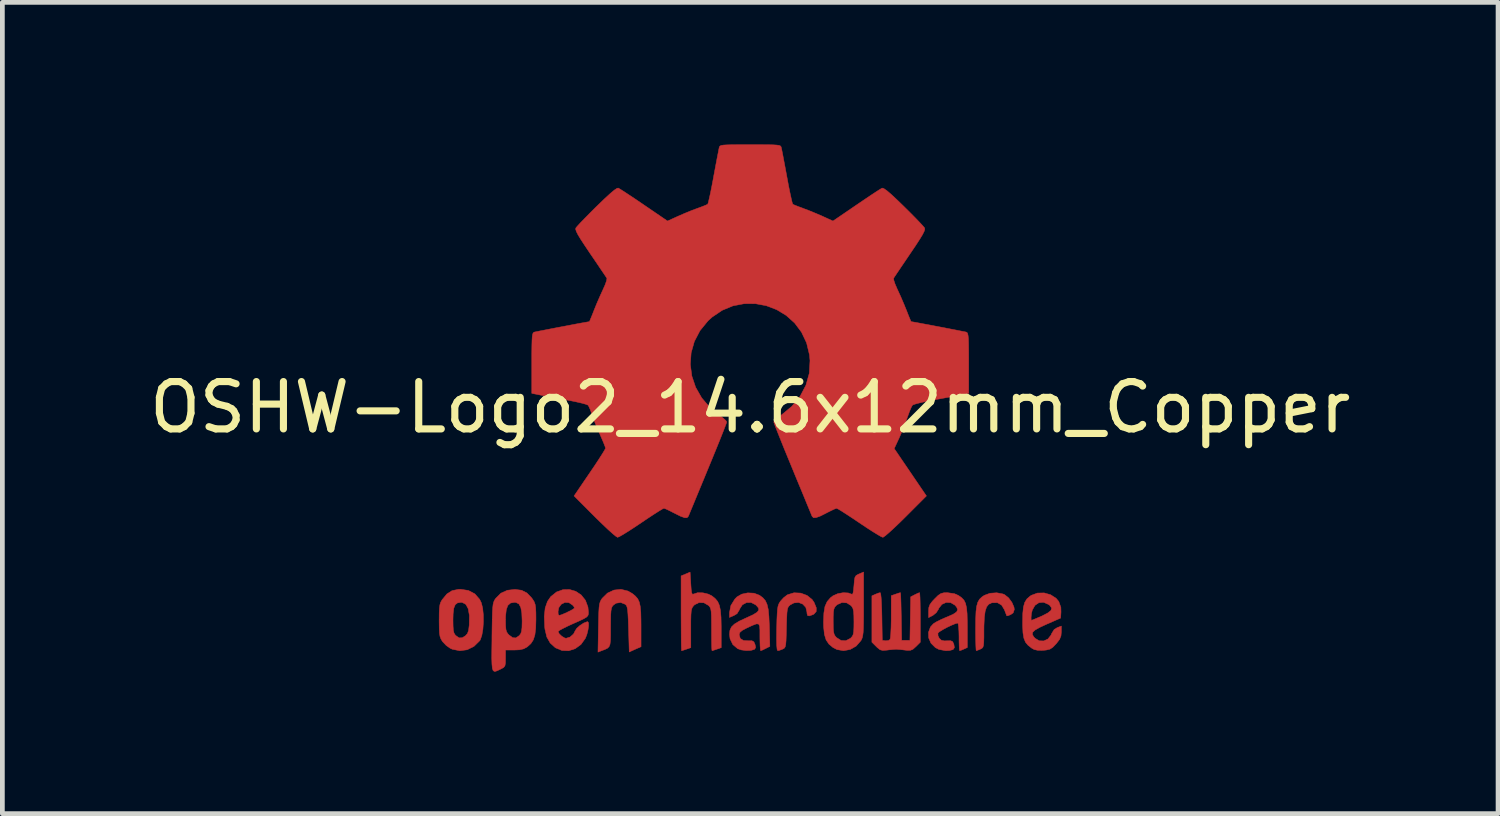
<source format=kicad_pcb>
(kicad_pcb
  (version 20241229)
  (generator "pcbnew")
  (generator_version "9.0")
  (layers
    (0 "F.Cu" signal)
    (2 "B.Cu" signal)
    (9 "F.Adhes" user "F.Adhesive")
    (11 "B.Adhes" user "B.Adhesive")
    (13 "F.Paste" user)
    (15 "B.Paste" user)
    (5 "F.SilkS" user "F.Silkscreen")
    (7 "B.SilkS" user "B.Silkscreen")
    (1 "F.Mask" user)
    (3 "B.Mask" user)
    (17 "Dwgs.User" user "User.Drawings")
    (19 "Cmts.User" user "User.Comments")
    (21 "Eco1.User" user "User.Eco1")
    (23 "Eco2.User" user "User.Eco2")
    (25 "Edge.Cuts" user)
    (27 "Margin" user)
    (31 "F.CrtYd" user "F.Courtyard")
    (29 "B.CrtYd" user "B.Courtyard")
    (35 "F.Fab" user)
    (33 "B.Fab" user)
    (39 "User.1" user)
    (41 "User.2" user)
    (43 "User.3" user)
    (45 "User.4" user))
  (footprint "OSHW-Logo2_14.6x12mm_Copper"
    (layer "F.Cu")
    (at 12.792 5.552)
    (property "Reference" "OSHW-Logo2_14.6x12mm_Copper" (at 0 0 0) (layer "F.SilkS") (effects (font (size 1 1) (thickness 0.15))))
    (attr exclude_from_pos_files exclude_from_bom allow_missing_courtyard)
    (fp_poly (pts (xy 5.336 3.94) (xy 5.371 3.955) (xy 5.454 4.021) (xy 5.525 4.117) (xy 5.569 4.218) (xy 5.576 4.269) (xy 5.552 4.339) (xy 5.5 4.376) (xy 5.443 4.398) (xy 5.417 4.402) (xy 5.405 4.372) (xy 5.38 4.307) (xy 5.369 4.277) (xy 5.308 4.175) (xy 5.219 4.124) (xy 5.105 4.126) (xy 5.097 4.128) (xy 5.036 4.157) (xy 4.991 4.213) (xy 4.961 4.303) (xy 4.943 4.435) (xy 4.935 4.614) (xy 4.934 4.709) (xy 4.934 4.86) (xy 4.931 4.962) (xy 4.925 5.028) (xy 4.912 5.066) (xy 4.892 5.088) (xy 4.861 5.104) (xy 4.86 5.105) (xy 4.801 5.129) (xy 4.772 5.138) (xy 4.768 5.111) (xy 4.764 5.035) (xy 4.761 4.92) (xy 4.759 4.775) (xy 4.759 4.67) (xy 4.761 4.466) (xy 4.767 4.311) (xy 4.782 4.196) (xy 4.806 4.113) (xy 4.842 4.051) (xy 4.893 4.003) (xy 4.943 3.969) (xy 5.063 3.925) (xy 5.204 3.915) (xy 5.336 3.94)) (stroke (width 0.01) (type solid)) (fill yes) (layer "F.Cu"))
    (fp_poly (pts (xy -2.583 3.878) (xy -2.489 3.932) (xy -2.424 3.986) (xy -2.376 4.042) (xy -2.343 4.111) (xy -2.323 4.202) (xy -2.311 4.327) (xy -2.307 4.493) (xy -2.306 4.613) (xy -2.306 5.054) (xy -2.431 5.109) (xy -2.555 5.165) (xy -2.569 4.682) (xy -2.575 4.502) (xy -2.582 4.371) (xy -2.589 4.281) (xy -2.6 4.222) (xy -2.614 4.185) (xy -2.634 4.163) (xy -2.64 4.158) (xy -2.736 4.12) (xy -2.833 4.135) (xy -2.89 4.175) (xy -2.914 4.203) (xy -2.93 4.241) (xy -2.94 4.297) (xy -2.946 4.383) (xy -2.948 4.51) (xy -2.949 4.641) (xy -2.949 4.806) (xy -2.952 4.923) (xy -2.961 5.002) (xy -2.981 5.052) (xy -3.015 5.086) (xy -3.068 5.112) (xy -3.138 5.138) (xy -3.215 5.168) (xy -3.206 4.649) (xy -3.202 4.463) (xy -3.198 4.324) (xy -3.192 4.226) (xy -3.183 4.156) (xy -3.169 4.107) (xy -3.15 4.067) (xy -3.127 4.033) (xy -3.015 3.922) (xy -2.878 3.858) (xy -2.73 3.842) (xy -2.583 3.878)) (stroke (width 0.01) (type solid)) (fill yes) (layer "F.Cu"))
    (fp_poly (pts (xy 1.066 3.922) (xy 1.199 3.971) (xy 1.306 4.057) (xy 1.348 4.118) (xy 1.394 4.23) (xy 1.393 4.311) (xy 1.345 4.365) (xy 1.327 4.375) (xy 1.25 4.403) (xy 1.211 4.396) (xy 1.198 4.348) (xy 1.197 4.321) (xy 1.173 4.223) (xy 1.109 4.154) (xy 1.021 4.12) (xy 0.923 4.129) (xy 0.843 4.172) (xy 0.816 4.197) (xy 0.796 4.227) (xy 0.783 4.273) (xy 0.775 4.343) (xy 0.77 4.45) (xy 0.765 4.602) (xy 0.764 4.65) (xy 0.76 4.815) (xy 0.756 4.931) (xy 0.749 5.008) (xy 0.738 5.055) (xy 0.722 5.082) (xy 0.698 5.098) (xy 0.683 5.105) (xy 0.618 5.13) (xy 0.58 5.138) (xy 0.567 5.111) (xy 0.559 5.029) (xy 0.556 4.89) (xy 0.558 4.694) (xy 0.559 4.664) (xy 0.563 4.485) (xy 0.569 4.355) (xy 0.576 4.262) (xy 0.587 4.198) (xy 0.603 4.151) (xy 0.626 4.111) (xy 0.637 4.094) (xy 0.705 4.019) (xy 0.78 3.961) (xy 0.789 3.956) (xy 0.924 3.915) (xy 1.066 3.922)) (stroke (width 0.01) (type solid)) (fill yes) (layer "F.Cu"))
    (fp_poly (pts (xy 3.58 3.94) (xy 3.585 4.017) (xy 3.588 4.133) (xy 3.59 4.281) (xy 3.591 4.435) (xy 3.591 4.959) (xy 3.499 5.051) (xy 3.435 5.108) (xy 3.379 5.131) (xy 3.303 5.13) (xy 3.272 5.126) (xy 3.178 5.115) (xy 3.099 5.109) (xy 3.08 5.108) (xy 3.016 5.112) (xy 2.924 5.121) (xy 2.888 5.126) (xy 2.8 5.133) (xy 2.741 5.118) (xy 2.683 5.072) (xy 2.662 5.051) (xy 2.569 4.959) (xy 2.569 3.98) (xy 2.644 3.946) (xy 2.708 3.921) (xy 2.745 3.912) (xy 2.755 3.94) (xy 2.764 4.018) (xy 2.771 4.136) (xy 2.777 4.288) (xy 2.78 4.416) (xy 2.788 4.919) (xy 2.858 4.929) (xy 2.921 4.922) (xy 2.952 4.9) (xy 2.961 4.858) (xy 2.968 4.77) (xy 2.974 4.645) (xy 2.977 4.496) (xy 2.977 4.419) (xy 2.978 3.976) (xy 3.07 3.944) (xy 3.135 3.922) (xy 3.17 3.912) (xy 3.171 3.912) (xy 3.175 3.94) (xy 3.179 4.016) (xy 3.183 4.133) (xy 3.186 4.279) (xy 3.189 4.416) (xy 3.197 4.919) (xy 3.372 4.919) (xy 3.38 4.46) (xy 3.388 4.001) (xy 3.474 3.956) (xy 3.537 3.926) (xy 3.574 3.912) (xy 3.575 3.912) (xy 3.58 3.94)) (stroke (width 0.01) (type solid)) (fill yes) (layer "F.Cu"))
    (fp_poly (pts (xy -1.255 3.724) (xy -1.247 3.843) (xy -1.237 3.914) (xy -1.223 3.944) (xy -1.203 3.945) (xy -1.197 3.941) (xy -1.111 3.914) (xy -0.999 3.916) (xy -0.886 3.943) (xy -0.814 3.978) (xy -0.742 4.035) (xy -0.688 4.099) (xy -0.652 4.18) (xy -0.629 4.288) (xy -0.617 4.433) (xy -0.613 4.624) (xy -0.613 4.661) (xy -0.613 5.074) (xy -0.705 5.106) (xy -0.77 5.128) (xy -0.806 5.138) (xy -0.807 5.138) (xy -0.811 5.111) (xy -0.814 5.035) (xy -0.816 4.921) (xy -0.817 4.778) (xy -0.817 4.691) (xy -0.818 4.52) (xy -0.82 4.397) (xy -0.825 4.313) (xy -0.834 4.258) (xy -0.849 4.221) (xy -0.871 4.193) (xy -0.885 4.18) (xy -0.979 4.126) (xy -1.082 4.122) (xy -1.175 4.168) (xy -1.192 4.184) (xy -1.217 4.215) (xy -1.235 4.252) (xy -1.246 4.304) (xy -1.252 4.384) (xy -1.255 4.501) (xy -1.255 4.663) (xy -1.255 5.074) (xy -1.347 5.106) (xy -1.413 5.128) (xy -1.448 5.138) (xy -1.45 5.138) (xy -1.452 5.11) (xy -1.455 5.032) (xy -1.457 4.909) (xy -1.458 4.751) (xy -1.459 4.565) (xy -1.46 4.358) (xy -1.46 4.349) (xy -1.46 3.559) (xy -1.365 3.519) (xy -1.27 3.479) (xy -1.255 3.724)) (stroke (width 0.01) (type solid)) (fill yes) (layer "F.Cu"))
    (fp_poly (pts (xy -5.952 3.866) (xy -5.815 3.938) (xy -5.714 4.054) (xy -5.678 4.128) (xy -5.65 4.24) (xy -5.636 4.381) (xy -5.635 4.535) (xy -5.645 4.686) (xy -5.668 4.816) (xy -5.701 4.91) (xy -5.711 4.926) (xy -5.833 5.046) (xy -5.977 5.118) (xy -6.133 5.139) (xy -6.291 5.107) (xy -6.335 5.087) (xy -6.42 5.027) (xy -6.496 4.947) (xy -6.503 4.937) (xy -6.532 4.888) (xy -6.551 4.836) (xy -6.562 4.767) (xy -6.567 4.669) (xy -6.569 4.528) (xy -6.569 4.496) (xy -6.569 4.486) (xy -6.277 4.486) (xy -6.275 4.619) (xy -6.269 4.708) (xy -6.255 4.765) (xy -6.231 4.804) (xy -6.219 4.817) (xy -6.149 4.867) (xy -6.081 4.865) (xy -6.012 4.822) (xy -5.971 4.775) (xy -5.947 4.708) (xy -5.934 4.601) (xy -5.933 4.589) (xy -5.93 4.396) (xy -5.955 4.253) (xy -6.005 4.16) (xy -6.082 4.119) (xy -6.109 4.117) (xy -6.181 4.128) (xy -6.23 4.167) (xy -6.26 4.242) (xy -6.274 4.361) (xy -6.277 4.486) (xy -6.569 4.486) (xy -6.568 4.346) (xy -6.563 4.241) (xy -6.553 4.168) (xy -6.536 4.114) (xy -6.509 4.067) (xy -6.503 4.058) (xy -6.404 3.939) (xy -6.296 3.87) (xy -6.164 3.843) (xy -6.119 3.841) (xy -5.952 3.866)) (stroke (width 0.01) (type solid)) (fill yes) (layer "F.Cu"))
    (fp_poly (pts (xy 6.343 3.957) (xy 6.459 4.032) (xy 6.515 4.1) (xy 6.559 4.222) (xy 6.562 4.319) (xy 6.554 4.449) (xy 6.255 4.58) (xy 6.11 4.647) (xy 6.015 4.701) (xy 5.965 4.747) (xy 5.957 4.793) (xy 5.984 4.843) (xy 6.014 4.876) (xy 6.102 4.929) (xy 6.198 4.932) (xy 6.286 4.891) (xy 6.351 4.809) (xy 6.362 4.78) (xy 6.418 4.69) (xy 6.482 4.651) (xy 6.569 4.618) (xy 6.569 4.743) (xy 6.561 4.828) (xy 6.531 4.9) (xy 6.468 4.982) (xy 6.458 4.993) (xy 6.388 5.066) (xy 6.327 5.106) (xy 6.251 5.124) (xy 6.188 5.13) (xy 6.075 5.131) (xy 5.995 5.113) (xy 5.945 5.085) (xy 5.867 5.024) (xy 5.812 4.958) (xy 5.778 4.874) (xy 5.759 4.762) (xy 5.752 4.609) (xy 5.752 4.531) (xy 5.754 4.438) (xy 5.93 4.438) (xy 5.932 4.488) (xy 5.937 4.496) (xy 5.971 4.485) (xy 6.043 4.455) (xy 6.14 4.414) (xy 6.16 4.405) (xy 6.282 4.342) (xy 6.35 4.288) (xy 6.364 4.237) (xy 6.329 4.185) (xy 6.3 4.162) (xy 6.194 4.116) (xy 6.095 4.124) (xy 6.013 4.18) (xy 5.956 4.279) (xy 5.937 4.357) (xy 5.93 4.438) (xy 5.754 4.438) (xy 5.755 4.349) (xy 5.769 4.215) (xy 5.797 4.117) (xy 5.842 4.045) (xy 5.907 3.988) (xy 5.935 3.969) (xy 6.065 3.921) (xy 6.206 3.918) (xy 6.343 3.957)) (stroke (width 0.01) (type solid)) (fill yes) (layer "F.Cu"))
    (fp_poly (pts (xy 2.394 4.154) (xy 2.394 4.373) (xy 2.392 4.541) (xy 2.389 4.666) (xy 2.384 4.757) (xy 2.375 4.822) (xy 2.364 4.869) (xy 2.348 4.906) (xy 2.336 4.927) (xy 2.236 5.041) (xy 2.111 5.112) (xy 1.971 5.138) (xy 1.832 5.114) (xy 1.749 5.072) (xy 1.662 4.999) (xy 1.602 4.911) (xy 1.566 4.794) (xy 1.55 4.639) (xy 1.547 4.525) (xy 1.548 4.517) (xy 1.752 4.517) (xy 1.753 4.648) (xy 1.759 4.734) (xy 1.772 4.791) (xy 1.795 4.832) (xy 1.823 4.862) (xy 1.918 4.922) (xy 2.019 4.927) (xy 2.115 4.877) (xy 2.122 4.871) (xy 2.154 4.836) (xy 2.174 4.794) (xy 2.185 4.732) (xy 2.189 4.636) (xy 2.19 4.529) (xy 2.188 4.396) (xy 2.182 4.307) (xy 2.169 4.248) (xy 2.145 4.206) (xy 2.126 4.184) (xy 2.038 4.128) (xy 1.936 4.121) (xy 1.838 4.164) (xy 1.819 4.18) (xy 1.787 4.215) (xy 1.767 4.258) (xy 1.757 4.32) (xy 1.752 4.417) (xy 1.752 4.517) (xy 1.548 4.517) (xy 1.555 4.342) (xy 1.578 4.204) (xy 1.624 4.101) (xy 1.694 4.02) (xy 1.749 3.978) (xy 1.848 3.934) (xy 1.964 3.913) (xy 2.071 3.919) (xy 2.131 3.941) (xy 2.155 3.947) (xy 2.17 3.924) (xy 2.181 3.86) (xy 2.19 3.763) (xy 2.199 3.655) (xy 2.211 3.589) (xy 2.234 3.552) (xy 2.274 3.528) (xy 2.299 3.517) (xy 2.394 3.477) (xy 2.394 4.154)) (stroke (width 0.01) (type solid)) (fill yes) (layer "F.Cu"))
    (fp_poly (pts (xy -3.684 3.885) (xy -3.569 3.962) (xy -3.48 4.074) (xy -3.427 4.216) (xy -3.417 4.321) (xy -3.418 4.365) (xy -3.428 4.398) (xy -3.456 4.428) (xy -3.511 4.461) (xy -3.601 4.505) (xy -3.736 4.565) (xy -3.737 4.565) (xy -3.861 4.622) (xy -3.963 4.673) (xy -4.032 4.711) (xy -4.058 4.733) (xy -4.058 4.733) (xy -4.035 4.78) (xy -3.982 4.831) (xy -3.921 4.868) (xy -3.889 4.876) (xy -3.805 4.85) (xy -3.732 4.786) (xy -3.696 4.716) (xy -3.662 4.664) (xy -3.595 4.605) (xy -3.516 4.554) (xy -3.446 4.527) (xy -3.432 4.525) (xy -3.415 4.55) (xy -3.414 4.614) (xy -3.426 4.701) (xy -3.449 4.793) (xy -3.48 4.873) (xy -3.482 4.877) (xy -3.575 5.007) (xy -3.696 5.095) (xy -3.833 5.139) (xy -3.975 5.134) (xy -4.112 5.077) (xy -4.118 5.073) (xy -4.225 4.975) (xy -4.296 4.848) (xy -4.335 4.682) (xy -4.34 4.635) (xy -4.349 4.413) (xy -4.338 4.31) (xy -4.058 4.31) (xy -4.055 4.375) (xy -4.035 4.393) (xy -3.985 4.379) (xy -3.907 4.346) (xy -3.819 4.304) (xy -3.817 4.303) (xy -3.743 4.264) (xy -3.713 4.238) (xy -3.721 4.211) (xy -3.751 4.175) (xy -3.83 4.123) (xy -3.915 4.119) (xy -3.991 4.157) (xy -4.043 4.23) (xy -4.058 4.31) (xy -4.338 4.31) (xy -4.33 4.236) (xy -4.281 4.096) (xy -4.213 3.997) (xy -4.09 3.898) (xy -3.954 3.849) (xy -3.816 3.846) (xy -3.684 3.885)) (stroke (width 0.01) (type solid)) (fill yes) (layer "F.Cu"))
    (fp_poly (pts (xy 0.08 3.924) (xy 0.194 3.967) (xy 0.196 3.968) (xy 0.266 4.02) (xy 0.319 4.081) (xy 0.355 4.16) (xy 0.38 4.267) (xy 0.394 4.413) (xy 0.403 4.605) (xy 0.404 4.633) (xy 0.414 5.047) (xy 0.325 5.092) (xy 0.261 5.123) (xy 0.222 5.138) (xy 0.22 5.138) (xy 0.214 5.111) (xy 0.208 5.038) (xy 0.205 4.931) (xy 0.204 4.844) (xy 0.204 4.704) (xy 0.198 4.616) (xy 0.176 4.574) (xy 0.128 4.572) (xy 0.045 4.604) (xy -0.08 4.662) (xy -0.172 4.711) (xy -0.22 4.753) (xy -0.234 4.799) (xy -0.234 4.801) (xy -0.211 4.88) (xy -0.143 4.923) (xy -0.039 4.929) (xy 0.036 4.928) (xy 0.076 4.95) (xy 0.1 5.002) (xy 0.115 5.068) (xy 0.094 5.105) (xy 0.087 5.11) (xy 0.014 5.132) (xy -0.087 5.135) (xy -0.192 5.121) (xy -0.266 5.095) (xy -0.368 5.008) (xy -0.426 4.887) (xy -0.438 4.792) (xy -0.429 4.707) (xy -0.397 4.637) (xy -0.334 4.576) (xy -0.232 4.514) (xy -0.082 4.444) (xy -0.073 4.44) (xy 0.062 4.378) (xy 0.145 4.326) (xy 0.181 4.28) (xy 0.173 4.234) (xy 0.126 4.18) (xy 0.112 4.168) (xy 0.017 4.12) (xy -0.081 4.122) (xy -0.166 4.169) (xy -0.223 4.256) (xy -0.228 4.273) (xy -0.279 4.356) (xy -0.344 4.395) (xy -0.438 4.435) (xy -0.438 4.333) (xy -0.409 4.184) (xy -0.325 4.048) (xy -0.28 4.002) (xy -0.18 3.944) (xy -0.052 3.917) (xy 0.08 3.924)) (stroke (width 0.01) (type solid)) (fill yes) (layer "F.Cu"))
    (fp_poly (pts (xy -4.828 3.862) (xy -4.717 3.918) (xy -4.618 4.02) (xy -4.591 4.058) (xy -4.561 4.107) (xy -4.542 4.161) (xy -4.531 4.233) (xy -4.526 4.337) (xy -4.525 4.474) (xy -4.53 4.662) (xy -4.547 4.803) (xy -4.58 4.908) (xy -4.632 4.988) (xy -4.706 5.055) (xy -4.711 5.059) (xy -4.785 5.099) (xy -4.873 5.119) (xy -4.985 5.124) (xy -5.167 5.124) (xy -5.168 5.301) (xy -5.169 5.399) (xy -5.18 5.457) (xy -5.207 5.492) (xy -5.258 5.521) (xy -5.271 5.527) (xy -5.329 5.555) (xy -5.374 5.573) (xy -5.407 5.574) (xy -5.431 5.554) (xy -5.446 5.506) (xy -5.454 5.424) (xy -5.458 5.303) (xy -5.457 5.136) (xy -5.454 4.919) (xy -5.454 4.854) (xy -5.451 4.63) (xy -5.448 4.483) (xy -5.168 4.483) (xy -5.166 4.607) (xy -5.159 4.689) (xy -5.143 4.743) (xy -5.115 4.784) (xy -5.096 4.804) (xy -5.018 4.863) (xy -4.949 4.868) (xy -4.877 4.819) (xy -4.876 4.817) (xy -4.847 4.78) (xy -4.829 4.728) (xy -4.82 4.65) (xy -4.817 4.529) (xy -4.817 4.503) (xy -4.824 4.337) (xy -4.846 4.222) (xy -4.885 4.151) (xy -4.945 4.12) (xy -4.979 4.117) (xy -5.061 4.131) (xy -5.118 4.181) (xy -5.151 4.27) (xy -5.166 4.407) (xy -5.168 4.483) (xy -5.448 4.483) (xy -5.448 4.456) (xy -5.444 4.325) (xy -5.438 4.23) (xy -5.43 4.162) (xy -5.419 4.115) (xy -5.404 4.079) (xy -5.385 4.048) (xy -5.377 4.036) (xy -5.267 3.925) (xy -5.129 3.862) (xy -4.968 3.844) (xy -4.828 3.862)) (stroke (width 0.01) (type solid)) (fill yes) (layer "F.Cu"))
    (fp_poly (pts (xy 4.314 3.935) (xy 4.398 3.973) (xy 4.464 4.02) (xy 4.513 4.072) (xy 4.546 4.138) (xy 4.567 4.23) (xy 4.579 4.355) (xy 4.583 4.525) (xy 4.584 4.636) (xy 4.584 5.071) (xy 4.509 5.105) (xy 4.451 5.129) (xy 4.422 5.138) (xy 4.416 5.111) (xy 4.412 5.038) (xy 4.409 4.931) (xy 4.409 4.846) (xy 4.406 4.724) (xy 4.399 4.627) (xy 4.39 4.567) (xy 4.382 4.554) (xy 4.33 4.567) (xy 4.249 4.601) (xy 4.155 4.645) (xy 4.065 4.694) (xy 3.995 4.737) (xy 3.963 4.767) (xy 3.963 4.767) (xy 3.965 4.822) (xy 3.99 4.874) (xy 4.035 4.917) (xy 4.099 4.931) (xy 4.154 4.929) (xy 4.232 4.928) (xy 4.273 4.946) (xy 4.297 4.995) (xy 4.3 5.004) (xy 4.311 5.073) (xy 4.283 5.114) (xy 4.208 5.134) (xy 4.128 5.138) (xy 3.984 5.111) (xy 3.909 5.072) (xy 3.817 4.98) (xy 3.768 4.868) (xy 3.764 4.749) (xy 3.805 4.638) (xy 3.867 4.569) (xy 3.929 4.53) (xy 4.027 4.481) (xy 4.141 4.431) (xy 4.16 4.424) (xy 4.285 4.369) (xy 4.357 4.32) (xy 4.38 4.272) (xy 4.358 4.217) (xy 4.321 4.175) (xy 4.233 4.123) (xy 4.137 4.119) (xy 4.048 4.159) (xy 3.984 4.239) (xy 3.976 4.26) (xy 3.927 4.336) (xy 3.856 4.393) (xy 3.766 4.439) (xy 3.766 4.308) (xy 3.771 4.227) (xy 3.794 4.164) (xy 3.844 4.096) (xy 3.893 4.044) (xy 3.968 3.97) (xy 4.026 3.931) (xy 4.088 3.915) (xy 4.159 3.912) (xy 4.314 3.935)) (stroke (width 0.01) (type solid)) (fill yes) (layer "F.Cu"))
    (fp_poly (pts (xy 0.209 -5.547) (xy 0.367 -5.546) (xy 0.481 -5.544) (xy 0.559 -5.539) (xy 0.609 -5.532) (xy 0.636 -5.521) (xy 0.65 -5.505) (xy 0.656 -5.484) (xy 0.657 -5.481) (xy 0.667 -5.433) (xy 0.686 -5.337) (xy 0.711 -5.204) (xy 0.741 -5.045) (xy 0.774 -4.868) (xy 0.775 -4.862) (xy 0.807 -4.689) (xy 0.838 -4.537) (xy 0.865 -4.413) (xy 0.885 -4.328) (xy 0.898 -4.291) (xy 0.898 -4.29) (xy 0.935 -4.272) (xy 1.011 -4.242) (xy 1.109 -4.206) (xy 1.109 -4.205) (xy 1.233 -4.159) (xy 1.379 -4.099) (xy 1.517 -4.04) (xy 1.523 -4.037) (xy 1.747 -3.935) (xy 2.244 -4.274) (xy 2.396 -4.377) (xy 2.534 -4.47) (xy 2.649 -4.546) (xy 2.735 -4.601) (xy 2.782 -4.629) (xy 2.786 -4.631) (xy 2.82 -4.621) (xy 2.884 -4.577) (xy 2.98 -4.495) (xy 3.11 -4.373) (xy 3.243 -4.244) (xy 3.372 -4.116) (xy 3.487 -4) (xy 3.581 -3.902) (xy 3.648 -3.829) (xy 3.681 -3.79) (xy 3.682 -3.788) (xy 3.686 -3.76) (xy 3.672 -3.716) (xy 3.638 -3.648) (xy 3.579 -3.551) (xy 3.493 -3.418) (xy 3.378 -3.248) (xy 3.276 -3.097) (xy 3.185 -2.963) (xy 3.11 -2.851) (xy 3.056 -2.771) (xy 3.029 -2.73) (xy 3.028 -2.727) (xy 3.031 -2.687) (xy 3.056 -2.61) (xy 3.098 -2.511) (xy 3.113 -2.479) (xy 3.178 -2.337) (xy 3.247 -2.176) (xy 3.304 -2.036) (xy 3.344 -1.933) (xy 3.377 -1.854) (xy 3.395 -1.813) (xy 3.397 -1.81) (xy 3.432 -1.805) (xy 3.513 -1.791) (xy 3.629 -1.769) (xy 3.771 -1.743) (xy 3.927 -1.713) (xy 4.087 -1.683) (xy 4.239 -1.653) (xy 4.374 -1.627) (xy 4.479 -1.606) (xy 4.546 -1.593) (xy 4.562 -1.589) (xy 4.579 -1.579) (xy 4.591 -1.557) (xy 4.6 -1.516) (xy 4.607 -1.449) (xy 4.61 -1.347) (xy 4.612 -1.204) (xy 4.613 -1.013) (xy 4.613 -0.934) (xy 4.613 -0.296) (xy 4.46 -0.266) (xy 4.374 -0.249) (xy 4.247 -0.225) (xy 4.093 -0.197) (xy 3.929 -0.167) (xy 3.883 -0.158) (xy 3.731 -0.129) (xy 3.598 -0.1) (xy 3.497 -0.074) (xy 3.437 -0.054) (xy 3.427 -0.048) (xy 3.402 -0.005) (xy 3.367 0.076) (xy 3.328 0.182) (xy 3.32 0.204) (xy 3.269 0.345) (xy 3.206 0.504) (xy 3.144 0.646) (xy 3.144 0.647) (xy 3.04 0.87) (xy 3.72 1.87) (xy 3.284 2.307) (xy 3.152 2.437) (xy 3.031 2.552) (xy 2.929 2.645) (xy 2.852 2.711) (xy 2.807 2.742) (xy 2.801 2.744) (xy 2.763 2.729) (xy 2.686 2.684) (xy 2.577 2.617) (xy 2.447 2.533) (xy 2.305 2.438) (xy 2.161 2.341) (xy 2.033 2.257) (xy 1.929 2.19) (xy 1.857 2.147) (xy 1.824 2.131) (xy 1.785 2.144) (xy 1.71 2.179) (xy 1.614 2.227) (xy 1.604 2.233) (xy 1.476 2.297) (xy 1.389 2.328) (xy 1.334 2.329) (xy 1.306 2.3) (xy 1.305 2.299) (xy 1.291 2.264) (xy 1.257 2.182) (xy 1.206 2.059) (xy 1.141 1.9) (xy 1.064 1.714) (xy 0.977 1.505) (xy 0.894 1.302) (xy 0.802 1.079) (xy 0.717 0.872) (xy 0.643 0.688) (xy 0.581 0.533) (xy 0.534 0.414) (xy 0.505 0.336) (xy 0.496 0.307) (xy 0.519 0.274) (xy 0.577 0.221) (xy 0.656 0.163) (xy 0.879 -0.022) (xy 1.053 -0.234) (xy 1.176 -0.468) (xy 1.247 -0.721) (xy 1.262 -0.987) (xy 1.251 -1.109) (xy 1.189 -1.364) (xy 1.082 -1.589) (xy 0.937 -1.782) (xy 0.76 -1.941) (xy 0.559 -2.063) (xy 0.339 -2.147) (xy 0.107 -2.19) (xy -0.13 -2.189) (xy -0.365 -2.144) (xy -0.592 -2.05) (xy -0.804 -1.907) (xy -0.892 -1.827) (xy -1.062 -1.619) (xy -1.18 -1.392) (xy -1.248 -1.153) (xy -1.265 -0.907) (xy -1.233 -0.662) (xy -1.153 -0.424) (xy -1.025 -0.2) (xy -0.851 0.003) (xy -0.656 0.163) (xy -0.574 0.224) (xy -0.517 0.276) (xy -0.496 0.307) (xy -0.507 0.342) (xy -0.538 0.423) (xy -0.586 0.546) (xy -0.649 0.704) (xy -0.725 0.891) (xy -0.81 1.099) (xy -0.894 1.302) (xy -0.986 1.526) (xy -1.072 1.733) (xy -1.148 1.917) (xy -1.212 2.072) (xy -1.262 2.192) (xy -1.294 2.27) (xy -1.306 2.299) (xy -1.334 2.329) (xy -1.388 2.329) (xy -1.476 2.297) (xy -1.603 2.233) (xy -1.604 2.233) (xy -1.701 2.183) (xy -1.778 2.147) (xy -1.822 2.131) (xy -1.824 2.131) (xy -1.857 2.147) (xy -1.93 2.191) (xy -2.035 2.258) (xy -2.163 2.342) (xy -2.305 2.438) (xy -2.45 2.535) (xy -2.58 2.619) (xy -2.688 2.686) (xy -2.764 2.729) (xy -2.801 2.744) (xy -2.835 2.724) (xy -2.902 2.669) (xy -2.997 2.584) (xy -3.112 2.475) (xy -3.242 2.349) (xy -3.284 2.307) (xy -3.72 1.87) (xy -3.388 1.382) (xy -3.287 1.233) (xy -3.198 1.098) (xy -3.127 0.987) (xy -3.078 0.907) (xy -3.056 0.865) (xy -3.056 0.862) (xy -3.067 0.823) (xy -3.098 0.744) (xy -3.143 0.639) (xy -3.174 0.568) (xy -3.233 0.433) (xy -3.289 0.296) (xy -3.332 0.181) (xy -3.343 0.146) (xy -3.376 0.052) (xy -3.409 -0.02) (xy -3.427 -0.048) (xy -3.466 -0.064) (xy -3.552 -0.088) (xy -3.673 -0.116) (xy -3.818 -0.146) (xy -3.883 -0.158) (xy -4.048 -0.189) (xy -4.206 -0.218) (xy -4.343 -0.243) (xy -4.441 -0.262) (xy -4.46 -0.266) (xy -4.613 -0.296) (xy -4.613 -0.934) (xy -4.613 -1.144) (xy -4.611 -1.303) (xy -4.608 -1.418) (xy -4.603 -1.497) (xy -4.595 -1.546) (xy -4.583 -1.573) (xy -4.568 -1.586) (xy -4.562 -1.589) (xy -4.524 -1.597) (xy -4.44 -1.614) (xy -4.321 -1.637) (xy -4.178 -1.665) (xy -4.022 -1.695) (xy -3.862 -1.725) (xy -3.711 -1.754) (xy -3.578 -1.779) (xy -3.475 -1.797) (xy -3.412 -1.808) (xy -3.397 -1.81) (xy -3.385 -1.835) (xy -3.357 -1.902) (xy -3.318 -1.999) (xy -3.304 -2.036) (xy -3.245 -2.182) (xy -3.175 -2.343) (xy -3.113 -2.479) (xy -3.067 -2.582) (xy -3.036 -2.668) (xy -3.026 -2.72) (xy -3.028 -2.727) (xy -3.049 -2.76) (xy -3.098 -2.833) (xy -3.17 -2.939) (xy -3.258 -3.07) (xy -3.359 -3.218) (xy -3.379 -3.247) (xy -3.495 -3.42) (xy -3.581 -3.552) (xy -3.639 -3.648) (xy -3.673 -3.716) (xy -3.686 -3.76) (xy -3.683 -3.787) (xy -3.683 -3.787) (xy -3.654 -3.823) (xy -3.59 -3.893) (xy -3.498 -3.988) (xy -3.385 -4.103) (xy -3.258 -4.23) (xy -3.243 -4.244) (xy -3.083 -4.399) (xy -2.959 -4.513) (xy -2.87 -4.588) (xy -2.812 -4.626) (xy -2.786 -4.631) (xy -2.749 -4.609) (xy -2.671 -4.56) (xy -2.562 -4.488) (xy -2.428 -4.399) (xy -2.279 -4.298) (xy -2.244 -4.274) (xy -1.747 -3.935) (xy -1.523 -4.037) (xy -1.387 -4.096) (xy -1.241 -4.156) (xy -1.115 -4.203) (xy -1.109 -4.205) (xy -1.011 -4.241) (xy -0.935 -4.272) (xy -0.898 -4.29) (xy -0.898 -4.29) (xy -0.886 -4.323) (xy -0.867 -4.405) (xy -0.84 -4.525) (xy -0.81 -4.676) (xy -0.777 -4.848) (xy -0.775 -4.862) (xy -0.742 -5.039) (xy -0.712 -5.199) (xy -0.686 -5.333) (xy -0.667 -5.43) (xy -0.657 -5.481) (xy -0.657 -5.481) (xy -0.651 -5.503) (xy -0.638 -5.519) (xy -0.613 -5.531) (xy -0.566 -5.539) (xy -0.492 -5.543) (xy -0.382 -5.546) (xy -0.229 -5.547) (xy -0.026 -5.547) (xy 0 -5.547) (xy 0.209 -5.547)) (stroke (width 0.01) (type solid)) (fill yes) (layer "F.Cu")))
  (gr_rect
    (start -3 -3)
    (end 28.583 14.131)
    (stroke (width 0.1) (type default))
    (fill no)
    (layer "Edge.Cuts")))
</source>
